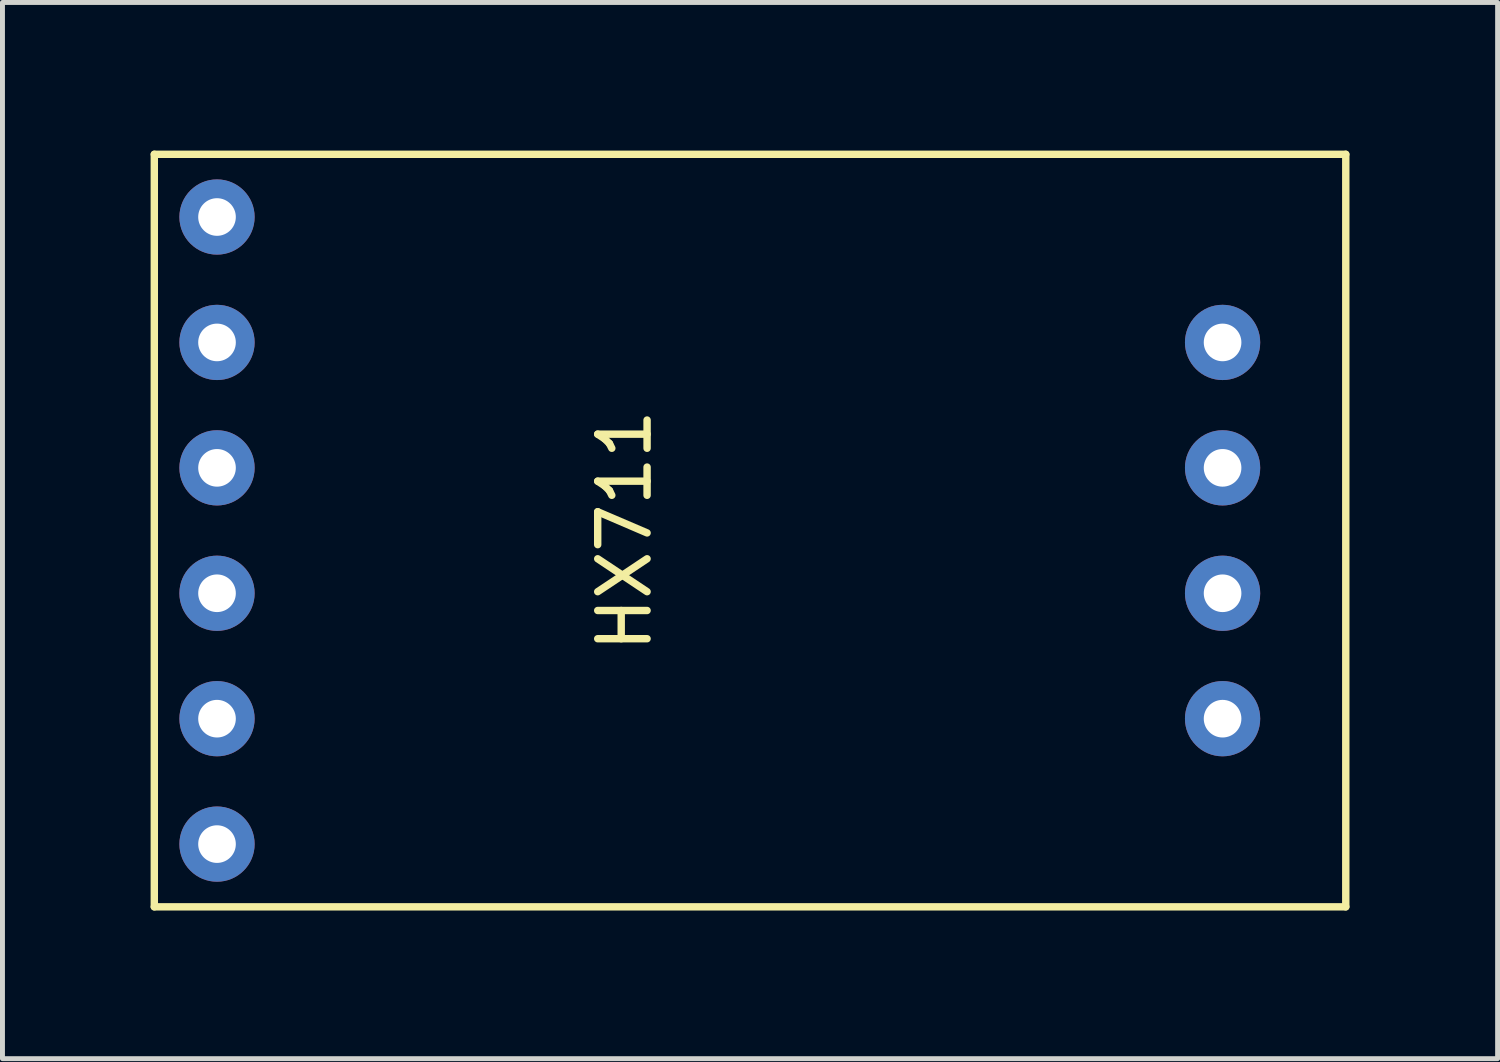
<source format=kicad_pcb>
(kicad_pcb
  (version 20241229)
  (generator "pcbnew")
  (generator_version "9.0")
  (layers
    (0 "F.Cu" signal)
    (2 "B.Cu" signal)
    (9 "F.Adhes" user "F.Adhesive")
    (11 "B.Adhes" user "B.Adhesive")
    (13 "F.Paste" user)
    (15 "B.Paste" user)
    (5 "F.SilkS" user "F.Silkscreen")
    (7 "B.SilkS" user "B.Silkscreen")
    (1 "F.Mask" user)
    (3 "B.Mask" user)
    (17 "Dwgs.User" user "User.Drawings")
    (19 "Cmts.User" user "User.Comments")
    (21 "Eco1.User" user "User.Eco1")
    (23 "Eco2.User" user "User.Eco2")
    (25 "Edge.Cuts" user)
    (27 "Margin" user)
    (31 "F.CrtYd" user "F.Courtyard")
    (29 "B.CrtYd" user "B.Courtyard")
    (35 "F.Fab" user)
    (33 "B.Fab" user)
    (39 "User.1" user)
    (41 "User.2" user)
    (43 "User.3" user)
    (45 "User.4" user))
  (footprint "HX711"
    (layer "F.Cu")
    (at 1.345 1.345)
    (property "Reference" "HX711" (at 8.255 6.35 90) (layer "F.SilkS") (effects (font (size 1 1) (thickness 0.15))))
    (attr through_hole)
    (fp_line (start -1.27 -1.27) (end 22.86 -1.27) (stroke (width 0.15) (type solid)) (layer "F.SilkS"))
    (fp_line (start -1.27 13.97) (end -1.27 -1.27) (stroke (width 0.15) (type solid)) (layer "F.SilkS"))
    (fp_line (start 22.86 -1.27) (end 22.86 13.97) (stroke (width 0.15) (type solid)) (layer "F.SilkS"))
    (fp_line (start 22.86 13.97) (end -1.27 13.97) (stroke (width 0.15) (type solid)) (layer "F.SilkS"))
    (pad "1" thru_hole circle (at 0 0) (size 1.524 1.524) (drill 0.762) (layers "*.Cu" "*.Mask"))
    (pad "2" thru_hole circle (at 0 2.54) (size 1.524 1.524) (drill 0.762) (layers "*.Cu" "*.Mask"))
    (pad "3" thru_hole circle (at 0 5.08) (size 1.524 1.524) (drill 0.762) (layers "*.Cu" "*.Mask"))
    (pad "4" thru_hole circle (at 0 7.62) (size 1.524 1.524) (drill 0.762) (layers "*.Cu" "*.Mask"))
    (pad "5" thru_hole circle (at 0 10.16) (size 1.524 1.524) (drill 0.762) (layers "*.Cu" "*.Mask"))
    (pad "6" thru_hole circle (at 0 12.7) (size 1.524 1.524) (drill 0.762) (layers "*.Cu" "*.Mask"))
    (pad "7" thru_hole circle (at 20.365 10.16) (size 1.524 1.524) (drill 0.762) (layers "*.Cu" "*.Mask"))
    (pad "8" thru_hole circle (at 20.365 7.62) (size 1.524 1.524) (drill 0.762) (layers "*.Cu" "*.Mask"))
    (pad "9" thru_hole circle (at 20.365 5.08) (size 1.524 1.524) (drill 0.762) (layers "*.Cu" "*.Mask"))
    (pad "10" thru_hole circle (at 20.365 2.54) (size 1.524 1.524) (drill 0.762) (layers "*.Cu" "*.Mask")))
  (gr_rect
    (start -3 -3)
    (end 27.28 18.39)
    (stroke (width 0.1) (type default))
    (fill no)
    (layer "Edge.Cuts")))
</source>
